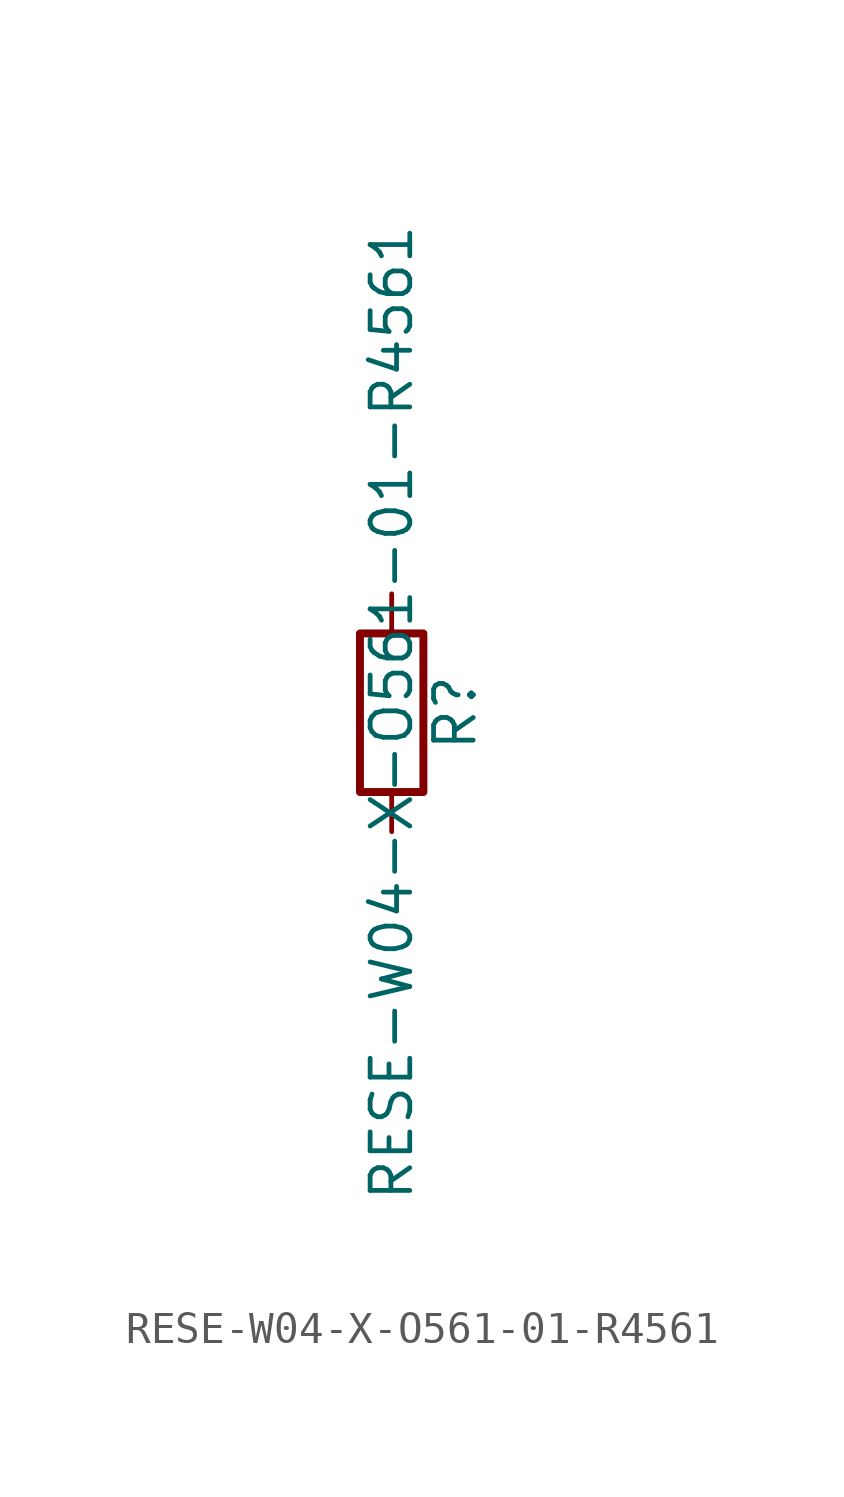
<source format=kicad_sym>
(kicad_symbol_lib
  (version 20211014)
  (generator kicad_symbol_editor)
  (symbol "RESE-W04-X-O561-01-R4561"
    (pin_numbers hide)
    (pin_names
      (offset 0))
    (property "Reference" "R"
      (at 2.032 0 90)
      (effects (font (size 1.27 1.27))))
    (property "Value" "RESE-W04-X-O561-01-R4561"
      (at 0 0 90)
      (effects (font (size 1.27 1.27))))
    (symbol "RESE-W04-X-O561-01-R4561_0_1"
      (rectangle (start -1.016 -2.54) (end 1.016 2.54) (stroke (width 0.254) (type default) (color 0 0 0 0)) (fill (type none))))
    (symbol "RESE-W04-X-O561-01-R4561_1_1"
      (pin passive line (at 0 3.81 270) (length 1.27) (name "~" (effects (font (size 1.27 1.27)))) (number "1" (effects (font (size 1.27 1.27)))))
      (pin passive line (at 0 -3.81 90) (length 1.27) (name "~" (effects (font (size 1.27 1.27)))) (number "2" (effects (font (size 1.27 1.27))))))))
</source>
